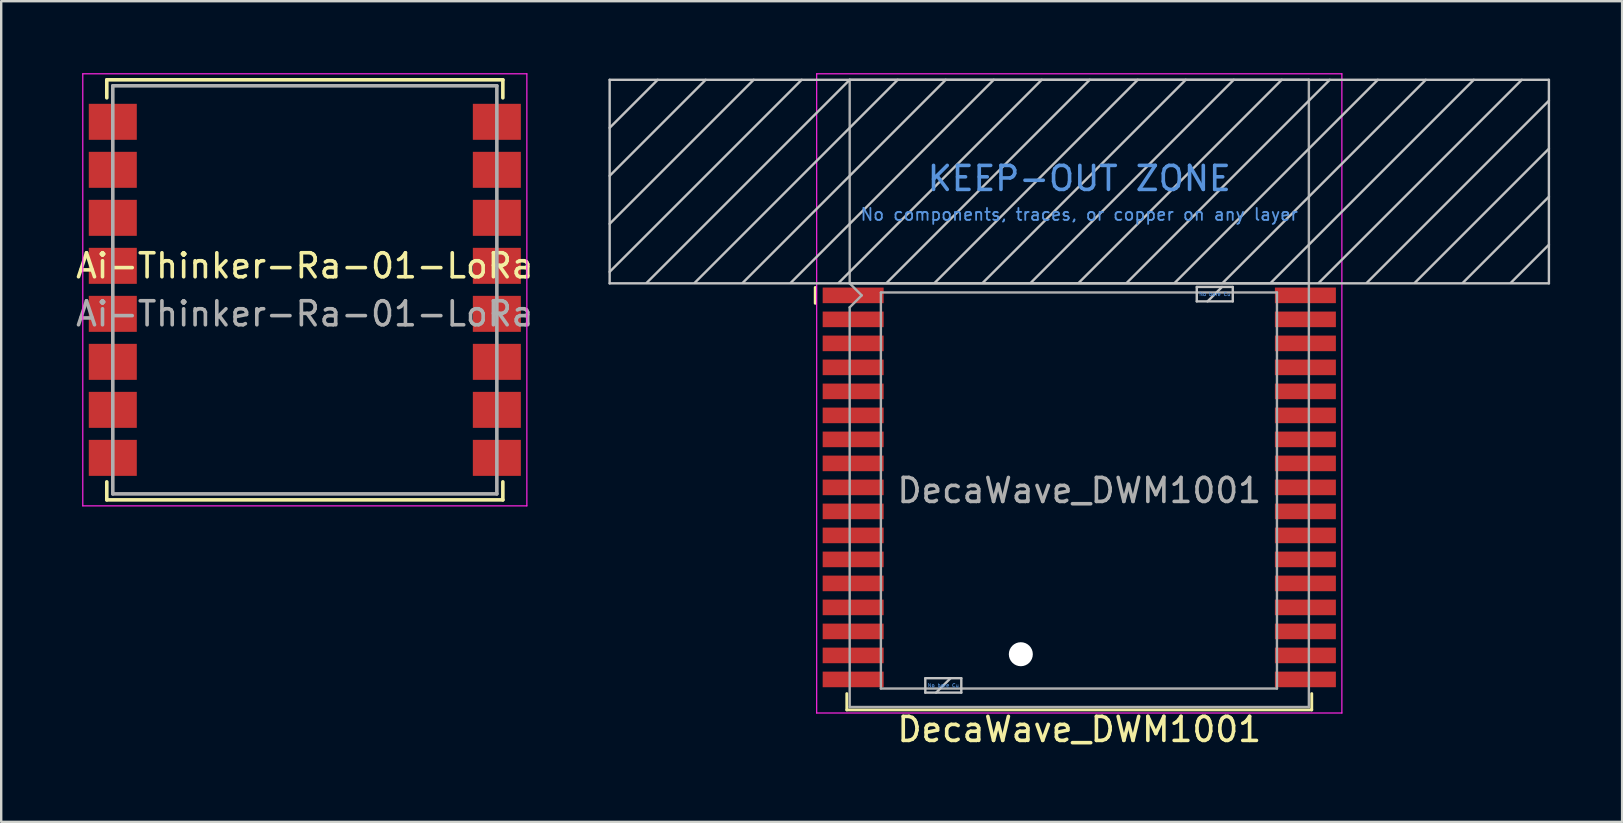
<source format=kicad_pcb>
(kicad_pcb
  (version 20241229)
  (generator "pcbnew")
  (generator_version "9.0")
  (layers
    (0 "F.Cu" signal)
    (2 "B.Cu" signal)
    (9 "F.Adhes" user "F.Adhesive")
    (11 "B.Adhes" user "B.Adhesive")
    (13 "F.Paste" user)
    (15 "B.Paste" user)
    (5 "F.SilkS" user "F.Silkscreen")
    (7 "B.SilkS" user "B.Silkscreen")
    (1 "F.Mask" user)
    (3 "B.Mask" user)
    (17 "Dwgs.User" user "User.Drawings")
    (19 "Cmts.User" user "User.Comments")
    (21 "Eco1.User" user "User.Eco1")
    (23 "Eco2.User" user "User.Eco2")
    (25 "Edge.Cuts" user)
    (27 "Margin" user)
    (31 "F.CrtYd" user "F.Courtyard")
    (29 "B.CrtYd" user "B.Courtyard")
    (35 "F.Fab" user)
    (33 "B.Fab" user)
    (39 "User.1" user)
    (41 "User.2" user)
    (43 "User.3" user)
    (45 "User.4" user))
  (footprint "DecaWave_DWM1001"
    (layer "F.Cu")
    (at 41.913 17.385)
    (property "Reference" "DecaWave_DWM1001" (at 0 9.955 0) (layer "F.SilkS") (effects (font (size 1 1) (thickness 0.15))))
    (attr smd)
    (fp_line (start -11 -7.8) (end -11 -8.46) (stroke (width 0.12) (type solid)) (layer "F.SilkS"))
    (fp_line (start -9.685 8.46) (end -9.685 9.14) (stroke (width 0.12) (type solid)) (layer "F.SilkS"))
    (fp_line (start 9.685 8.46) (end 9.685 9.14) (stroke (width 0.12) (type solid)) (layer "F.SilkS"))
    (fp_line (start 9.685 9.14) (end -9.685 9.14) (stroke (width 0.12) (type solid)) (layer "F.SilkS"))
    (fp_line (start -19.565 -15.11) (end -17.565 -17.11) (stroke (width 0.1) (type solid)) (layer "Dwgs.User"))
    (fp_line (start -19.565 -13.11) (end -15.565 -17.11) (stroke (width 0.1) (type solid)) (layer "Dwgs.User"))
    (fp_line (start -19.565 -11.11) (end -13.565 -17.11) (stroke (width 0.1) (type solid)) (layer "Dwgs.User"))
    (fp_line (start -19.565 -9.11) (end -11.565 -17.11) (stroke (width 0.1) (type solid)) (layer "Dwgs.User"))
    (fp_line (start -19.565 -8.63) (end -19.565 -17.11) (stroke (width 0.1) (type solid)) (layer "Dwgs.User"))
    (fp_line (start -18.025 -8.65) (end -9.565 -17.11) (stroke (width 0.1) (type solid)) (layer "Dwgs.User"))
    (fp_line (start -16.025 -8.65) (end -7.565 -17.11) (stroke (width 0.1) (type solid)) (layer "Dwgs.User"))
    (fp_line (start -14.025 -8.65) (end -5.565 -17.11) (stroke (width 0.1) (type solid)) (layer "Dwgs.User"))
    (fp_line (start -12.025 -8.65) (end -3.565 -17.11) (stroke (width 0.1) (type solid)) (layer "Dwgs.User"))
    (fp_line (start -10.025 -8.65) (end -1.565 -17.11) (stroke (width 0.1) (type solid)) (layer "Dwgs.User"))
    (fp_line (start -8.025 -8.65) (end 0.435 -17.11) (stroke (width 0.1) (type solid)) (layer "Dwgs.User"))
    (fp_line (start -6.415 8.42) (end -6.415 7.82) (stroke (width 0.1) (type solid)) (layer "Dwgs.User"))
    (fp_line (start -6.025 -8.65) (end 2.435 -17.11) (stroke (width 0.1) (type solid)) (layer "Dwgs.User"))
    (fp_line (start -5.965 8.42) (end -5.365 7.82) (stroke (width 0.1) (type solid)) (layer "Dwgs.User"))
    (fp_line (start -4.915 7.82) (end -6.415 7.82) (stroke (width 0.1) (type solid)) (layer "Dwgs.User"))
    (fp_line (start -4.915 8.42) (end -6.415 8.42) (stroke (width 0.1) (type solid)) (layer "Dwgs.User"))
    (fp_line (start -4.915 8.42) (end -4.915 7.82) (stroke (width 0.1) (type solid)) (layer "Dwgs.User"))
    (fp_line (start -4.025 -8.65) (end 4.435 -17.11) (stroke (width 0.1) (type solid)) (layer "Dwgs.User"))
    (fp_line (start -2.025 -8.65) (end 6.435 -17.11) (stroke (width 0.1) (type solid)) (layer "Dwgs.User"))
    (fp_line (start -0.025 -8.65) (end 8.435 -17.11) (stroke (width 0.1) (type solid)) (layer "Dwgs.User"))
    (fp_line (start 1.975 -8.65) (end 10.435 -17.11) (stroke (width 0.1) (type solid)) (layer "Dwgs.User"))
    (fp_line (start 3.975 -8.65) (end 12.435 -17.11) (stroke (width 0.1) (type solid)) (layer "Dwgs.User"))
    (fp_line (start 4.895 -7.88) (end 4.895 -8.48) (stroke (width 0.1) (type solid)) (layer "Dwgs.User"))
    (fp_line (start 5.345 -7.88) (end 5.945 -8.48) (stroke (width 0.1) (type solid)) (layer "Dwgs.User"))
    (fp_line (start 5.975 -8.65) (end 14.435 -17.11) (stroke (width 0.1) (type solid)) (layer "Dwgs.User"))
    (fp_line (start 6.395 -8.48) (end 4.895 -8.48) (stroke (width 0.1) (type solid)) (layer "Dwgs.User"))
    (fp_line (start 6.395 -7.88) (end 4.895 -7.88) (stroke (width 0.1) (type solid)) (layer "Dwgs.User"))
    (fp_line (start 6.395 -7.88) (end 6.395 -8.48) (stroke (width 0.1) (type solid)) (layer "Dwgs.User"))
    (fp_line (start 7.975 -8.65) (end 16.435 -17.11) (stroke (width 0.1) (type solid)) (layer "Dwgs.User"))
    (fp_line (start 9.975 -8.65) (end 18.435 -17.11) (stroke (width 0.1) (type solid)) (layer "Dwgs.User"))
    (fp_line (start 11.975 -8.65) (end 19.565 -16.24) (stroke (width 0.1) (type solid)) (layer "Dwgs.User"))
    (fp_line (start 13.975 -8.65) (end 19.565 -14.24) (stroke (width 0.1) (type solid)) (layer "Dwgs.User"))
    (fp_line (start 15.975 -8.65) (end 19.565 -12.24) (stroke (width 0.1) (type solid)) (layer "Dwgs.User"))
    (fp_line (start 17.975 -8.65) (end 19.565 -10.24) (stroke (width 0.1) (type solid)) (layer "Dwgs.User"))
    (fp_line (start 19.565 -17.11) (end -19.565 -17.11) (stroke (width 0.1) (type solid)) (layer "Dwgs.User"))
    (fp_line (start 19.565 -8.63) (end -19.565 -8.63) (stroke (width 0.1) (type solid)) (layer "Dwgs.User"))
    (fp_line (start 19.565 -8.63) (end 19.565 -17.11) (stroke (width 0.1) (type solid)) (layer "Dwgs.User"))
    (fp_line (start -10.94 -17.36) (end -10.94 9.27) (stroke (width 0.05) (type solid)) (layer "F.CrtYd"))
    (fp_line (start -10.94 -17.36) (end 10.94 -17.36) (stroke (width 0.05) (type solid)) (layer "F.CrtYd"))
    (fp_line (start -10.94 9.27) (end 10.94 9.27) (stroke (width 0.05) (type solid)) (layer "F.CrtYd"))
    (fp_line (start 10.94 -17.36) (end 10.94 9.27) (stroke (width 0.05) (type solid)) (layer "F.CrtYd"))
    (fp_line (start -9.565 -8.63) (end -9.565 -17.11) (stroke (width 0.1) (type solid)) (layer "F.Fab"))
    (fp_line (start -9.565 -8.63) (end -9.065 -8.13) (stroke (width 0.1) (type solid)) (layer "F.Fab"))
    (fp_line (start -9.565 9.02) (end -9.565 -7.63) (stroke (width 0.1) (type solid)) (layer "F.Fab"))
    (fp_line (start -9.065 -8.13) (end -9.565 -7.63) (stroke (width 0.1) (type solid)) (layer "F.Fab"))
    (fp_line (start -8.265 -8.25) (end -8.265 8.25) (stroke (width 0.1) (type solid)) (layer "F.Fab"))
    (fp_line (start -8.265 -8.25) (end 8.235 -8.25) (stroke (width 0.1) (type solid)) (layer "F.Fab"))
    (fp_line (start -8.265 8.25) (end 8.235 8.25) (stroke (width 0.1) (type solid)) (layer "F.Fab"))
    (fp_line (start 8.235 -8.25) (end 8.235 8.25) (stroke (width 0.1) (type solid)) (layer "F.Fab"))
    (fp_line (start 9.565 -17.11) (end -9.565 -17.11) (stroke (width 0.1) (type solid)) (layer "F.Fab"))
    (fp_line (start 9.565 -8.63) (end -9.565 -8.63) (stroke (width 0.1) (type solid)) (layer "F.Fab"))
    (fp_line (start 9.565 9.02) (end -9.565 9.02) (stroke (width 0.1) (type solid)) (layer "F.Fab"))
    (fp_line (start 9.565 9.02) (end 9.565 -17.11) (stroke (width 0.1) (type solid)) (layer "F.Fab"))
    (fp_text user "No bare Cu" (at -5.665 8.12 0) (layer "Cmts.User") (effects (font (size 0.15 0.15) (thickness 0.022))))
    (fp_text user "No components, traces, or copper on any layer" (at 0 -11.5 0) (layer "Cmts.User") (effects (font (size 0.5 0.5) (thickness 0.075))))
    (fp_text user "KEEP-OUT ZONE" (at 0 -13 0) (layer "Cmts.User") (effects (font (size 1 1) (thickness 0.15))))
    (fp_text user "No bare Cu" (at 5.645 -8.18 0) (layer "Cmts.User") (effects (font (size 0.15 0.15) (thickness 0.022))))
    (fp_text user "${REFERENCE}" (at 0 0 0) (layer "F.Fab") (effects (font (size 1 1) (thickness 0.15))))
    (pad "" np_thru_hole circle (at -2.435 6.82) (size 1 1) (drill 1) (layers "*.Cu" "*.Mask"))
    (pad "1" smd rect (at -9.42 -8.13) (size 2.54 0.65) (layers "F.Cu" "F.Mask" "F.Paste"))
    (pad "2" smd rect (at -9.42 -7.13) (size 2.54 0.65) (layers "F.Cu" "F.Mask" "F.Paste"))
    (pad "3" smd rect (at -9.42 -6.13) (size 2.54 0.65) (layers "F.Cu" "F.Mask" "F.Paste"))
    (pad "4" smd rect (at -9.42 -5.13) (size 2.54 0.65) (layers "F.Cu" "F.Mask" "F.Paste"))
    (pad "5" smd rect (at -9.42 -4.13) (size 2.54 0.65) (layers "F.Cu" "F.Mask" "F.Paste"))
    (pad "6" smd rect (at -9.42 -3.13) (size 2.54 0.65) (layers "F.Cu" "F.Mask" "F.Paste"))
    (pad "7" smd rect (at -9.42 -2.13) (size 2.54 0.65) (layers "F.Cu" "F.Mask" "F.Paste"))
    (pad "8" smd rect (at -9.42 -1.13) (size 2.54 0.65) (layers "F.Cu" "F.Mask" "F.Paste"))
    (pad "9" smd rect (at -9.42 -0.13) (size 2.54 0.65) (layers "F.Cu" "F.Mask" "F.Paste"))
    (pad "10" smd rect (at -9.42 0.87) (size 2.54 0.65) (layers "F.Cu" "F.Mask" "F.Paste"))
    (pad "11" smd rect (at -9.42 1.87) (size 2.54 0.65) (layers "F.Cu" "F.Mask" "F.Paste"))
    (pad "12" smd rect (at -9.42 2.87) (size 2.54 0.65) (layers "F.Cu" "F.Mask" "F.Paste"))
    (pad "13" smd rect (at -9.42 3.87) (size 2.54 0.65) (layers "F.Cu" "F.Mask" "F.Paste"))
    (pad "14" smd rect (at -9.42 4.87) (size 2.54 0.65) (layers "F.Cu" "F.Mask" "F.Paste"))
    (pad "15" smd rect (at -9.42 5.87) (size 2.54 0.65) (layers "F.Cu" "F.Mask" "F.Paste"))
    (pad "16" smd rect (at -9.42 6.87) (size 2.54 0.65) (layers "F.Cu" "F.Mask" "F.Paste"))
    (pad "17" smd rect (at -9.42 7.87) (size 2.54 0.65) (layers "F.Cu" "F.Mask" "F.Paste"))
    (pad "18" smd rect (at 9.42 7.87) (size 2.54 0.65) (layers "F.Cu" "F.Mask" "F.Paste"))
    (pad "19" smd rect (at 9.42 6.87) (size 2.54 0.65) (layers "F.Cu" "F.Mask" "F.Paste"))
    (pad "20" smd rect (at 9.42 5.87) (size 2.54 0.65) (layers "F.Cu" "F.Mask" "F.Paste"))
    (pad "21" smd rect (at 9.42 4.87) (size 2.54 0.65) (layers "F.Cu" "F.Mask" "F.Paste"))
    (pad "22" smd rect (at 9.42 3.87) (size 2.54 0.65) (layers "F.Cu" "F.Mask" "F.Paste"))
    (pad "23" smd rect (at 9.42 2.87) (size 2.54 0.65) (layers "F.Cu" "F.Mask" "F.Paste"))
    (pad "24" smd rect (at 9.42 1.87) (size 2.54 0.65) (layers "F.Cu" "F.Mask" "F.Paste"))
    (pad "25" smd rect (at 9.42 0.87) (size 2.54 0.65) (layers "F.Cu" "F.Mask" "F.Paste"))
    (pad "26" smd rect (at 9.42 -0.13) (size 2.54 0.65) (layers "F.Cu" "F.Mask" "F.Paste"))
    (pad "27" smd rect (at 9.42 -1.13) (size 2.54 0.65) (layers "F.Cu" "F.Mask" "F.Paste"))
    (pad "28" smd rect (at 9.42 -2.13) (size 2.54 0.65) (layers "F.Cu" "F.Mask" "F.Paste"))
    (pad "29" smd rect (at 9.42 -3.13) (size 2.54 0.65) (layers "F.Cu" "F.Mask" "F.Paste"))
    (pad "30" smd rect (at 9.42 -4.13) (size 2.54 0.65) (layers "F.Cu" "F.Mask" "F.Paste"))
    (pad "31" smd rect (at 9.42 -5.13) (size 2.54 0.65) (layers "F.Cu" "F.Mask" "F.Paste"))
    (pad "32" smd rect (at 9.42 -6.13) (size 2.54 0.65) (layers "F.Cu" "F.Mask" "F.Paste"))
    (pad "33" smd rect (at 9.42 -7.13) (size 2.54 0.65) (layers "F.Cu" "F.Mask" "F.Paste"))
    (pad "34" smd rect (at 9.42 -8.13) (size 2.54 0.65) (layers "F.Cu" "F.Mask" "F.Paste")))
  (footprint "Ai-Thinker-Ra-01-LoRa"
    (layer "F.Cu")
    (at 9.649 9.025)
    (property "Reference" "Ai-Thinker-Ra-01-LoRa" (at 0 -1 0) (layer "F.SilkS") (effects (font (size 1 1) (thickness 0.15))))
    (attr smd)
    (fp_line (start -8.25 -8.75) (end 8.25 -8.75) (stroke (width 0.15) (type solid)) (layer "F.SilkS"))
    (fp_line (start -8.25 -8) (end -8.25 -8.75) (stroke (width 0.15) (type solid)) (layer "F.SilkS"))
    (fp_line (start -8.25 8) (end -8.25 8.75) (stroke (width 0.15) (type solid)) (layer "F.SilkS"))
    (fp_line (start -8.25 8.75) (end 8.25 8.75) (stroke (width 0.15) (type solid)) (layer "F.SilkS"))
    (fp_line (start 8.25 -8.75) (end 8.25 -8) (stroke (width 0.15) (type solid)) (layer "F.SilkS"))
    (fp_line (start 8.25 8.75) (end 8.25 8) (stroke (width 0.15) (type solid)) (layer "F.SilkS"))
    (fp_line (start -9.25 -9) (end 9.25 -9) (stroke (width 0.05) (type solid)) (layer "F.CrtYd"))
    (fp_line (start -9.25 9) (end -9.25 -9) (stroke (width 0.05) (type solid)) (layer "F.CrtYd"))
    (fp_line (start 9.25 -9) (end 9.25 9) (stroke (width 0.05) (type solid)) (layer "F.CrtYd"))
    (fp_line (start 9.25 9) (end -9.25 9) (stroke (width 0.05) (type solid)) (layer "F.CrtYd"))
    (fp_line (start -8 -8.5) (end 8 -8.5) (stroke (width 0.15) (type solid)) (layer "F.Fab"))
    (fp_line (start -8 8.5) (end -8 -8.5) (stroke (width 0.15) (type solid)) (layer "F.Fab"))
    (fp_line (start 8 -8.5) (end 8 8.5) (stroke (width 0.15) (type solid)) (layer "F.Fab"))
    (fp_line (start 8 8.5) (end -8 8.5) (stroke (width 0.15) (type solid)) (layer "F.Fab"))
    (fp_text user "${REFERENCE}" (at 0 1 0) (layer "F.Fab") (effects (font (size 1 1) (thickness 0.15))))
    (pad "1" smd rect (at -8 -7) (size 2 1.5) (layers "F.Cu" "F.Mask" "F.Paste"))
    (pad "2" smd rect (at -8 -5) (size 2 1.5) (layers "F.Cu" "F.Mask" "F.Paste"))
    (pad "3" smd rect (at -8 -3) (size 2 1.5) (layers "F.Cu" "F.Mask" "F.Paste"))
    (pad "4" smd rect (at -8 -1) (size 2 1.5) (layers "F.Cu" "F.Mask" "F.Paste"))
    (pad "5" smd rect (at -8 1) (size 2 1.5) (layers "F.Cu" "F.Mask" "F.Paste"))
    (pad "6" smd rect (at -8 3) (size 2 1.5) (layers "F.Cu" "F.Mask" "F.Paste"))
    (pad "7" smd rect (at -8 5) (size 2 1.5) (layers "F.Cu" "F.Mask" "F.Paste"))
    (pad "8" smd rect (at -8 7) (size 2 1.5) (layers "F.Cu" "F.Mask" "F.Paste"))
    (pad "9" smd rect (at 8 7) (size 2 1.5) (layers "F.Cu" "F.Mask" "F.Paste"))
    (pad "10" smd rect (at 8 5) (size 2 1.5) (layers "F.Cu" "F.Mask" "F.Paste"))
    (pad "11" smd rect (at 8 3) (size 2 1.5) (layers "F.Cu" "F.Mask" "F.Paste"))
    (pad "12" smd rect (at 8 1) (size 2 1.5) (layers "F.Cu" "F.Mask" "F.Paste"))
    (pad "13" smd rect (at 8 -1) (size 2 1.5) (layers "F.Cu" "F.Mask" "F.Paste"))
    (pad "14" smd rect (at 8 -3) (size 2 1.5) (layers "F.Cu" "F.Mask" "F.Paste"))
    (pad "15" smd rect (at 8 -5) (size 2 1.5) (layers "F.Cu" "F.Mask" "F.Paste"))
    (pad "16" smd rect (at 8 -7) (size 2 1.5) (layers "F.Cu" "F.Mask" "F.Paste")))
  (gr_rect
    (start -3 -3)
    (end 64.528 31.188)
    (stroke (width 0.1) (type default))
    (fill no)
    (layer "Edge.Cuts")))
</source>
